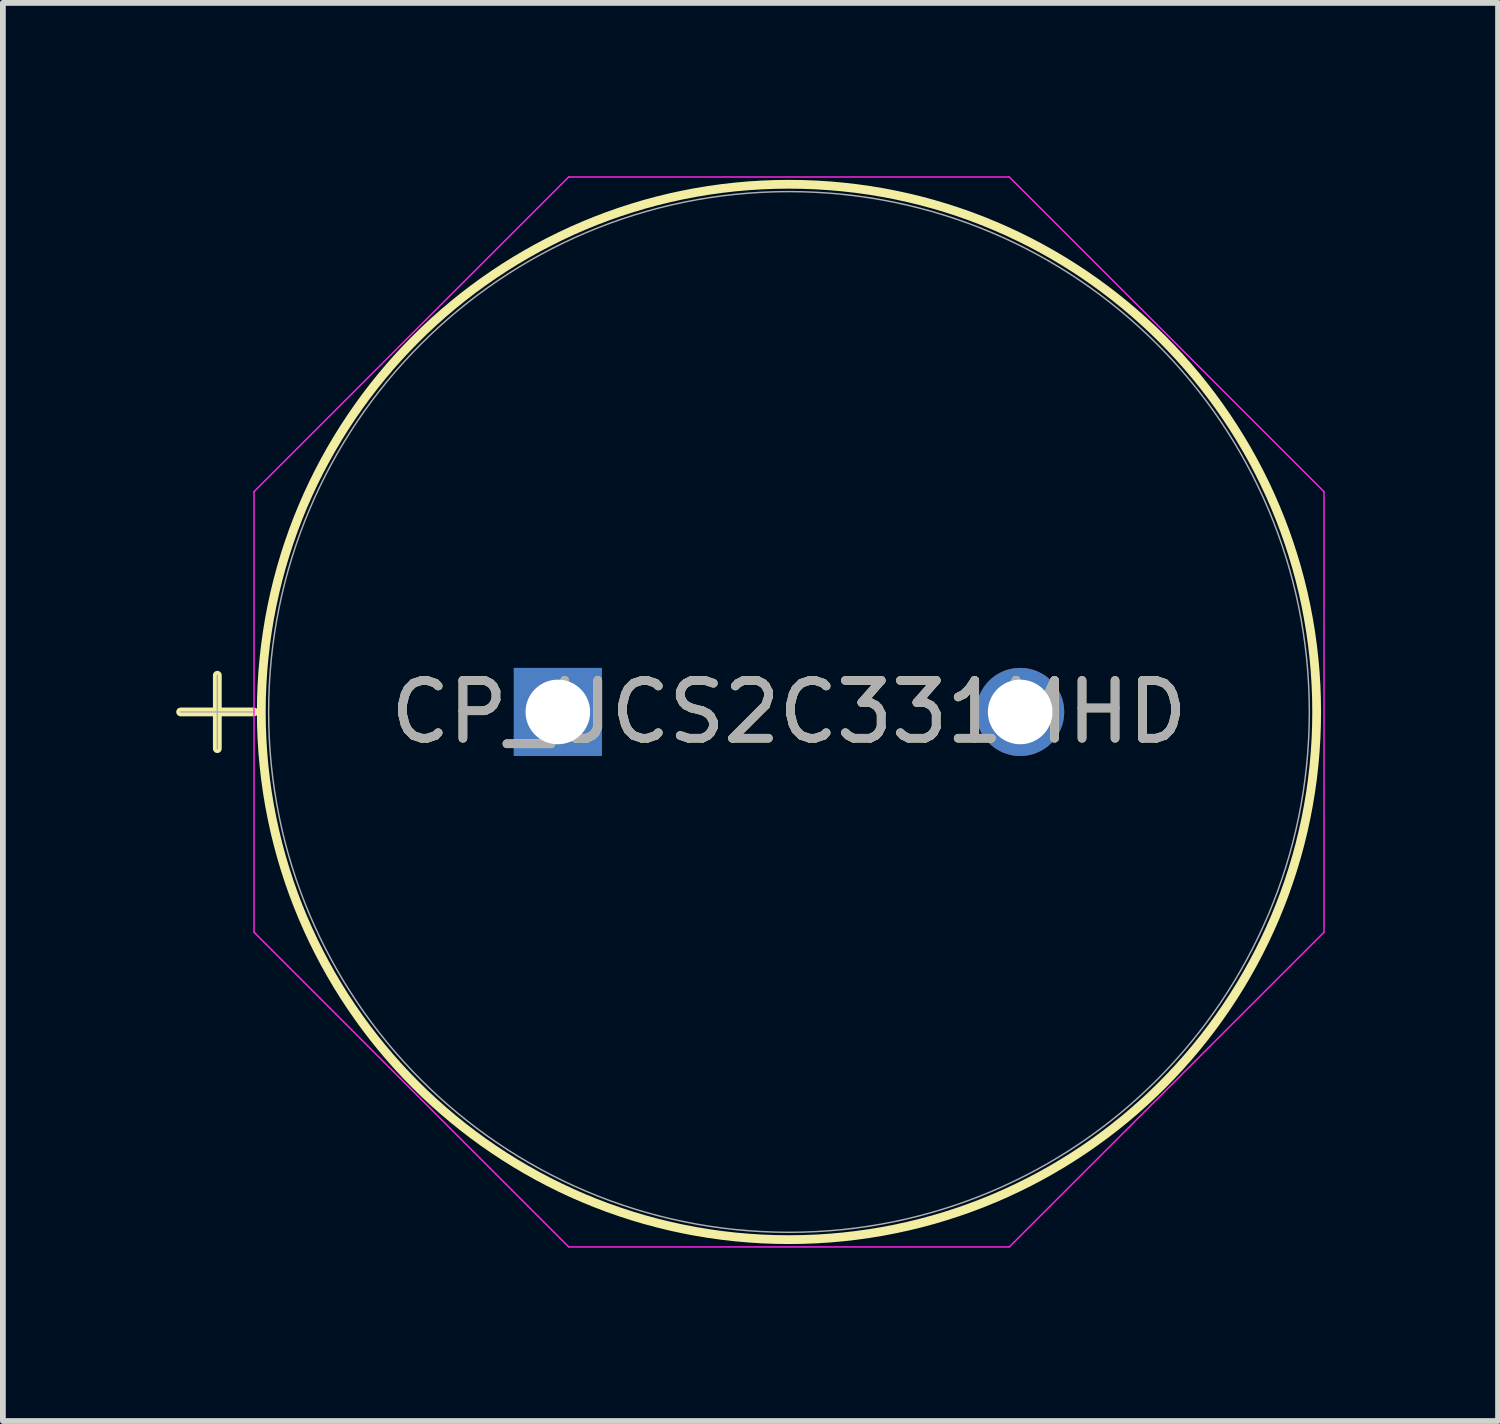
<source format=kicad_pcb>
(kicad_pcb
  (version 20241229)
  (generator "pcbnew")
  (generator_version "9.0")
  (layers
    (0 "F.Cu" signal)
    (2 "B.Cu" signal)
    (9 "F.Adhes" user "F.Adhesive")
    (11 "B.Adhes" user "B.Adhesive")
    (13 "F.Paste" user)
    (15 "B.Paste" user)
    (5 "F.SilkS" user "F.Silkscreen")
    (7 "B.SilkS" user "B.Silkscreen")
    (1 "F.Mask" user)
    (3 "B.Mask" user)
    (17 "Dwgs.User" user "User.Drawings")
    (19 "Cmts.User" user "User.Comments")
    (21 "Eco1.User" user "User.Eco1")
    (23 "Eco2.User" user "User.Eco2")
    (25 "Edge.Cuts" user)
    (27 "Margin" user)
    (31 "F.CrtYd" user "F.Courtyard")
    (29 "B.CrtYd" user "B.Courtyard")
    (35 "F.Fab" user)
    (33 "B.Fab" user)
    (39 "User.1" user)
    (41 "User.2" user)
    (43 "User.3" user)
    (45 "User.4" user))
  (footprint "CP_UCS2C331MHD"
    (layer "F.Cu")
    (at 6.604 9.271)
    (property "Reference" "CP_UCS2C331MHD" (at 4 0 0) (unlocked yes) (layer "F.SilkS") (effects (font (size 1 1) (thickness 0.15))))
    (attr through_hole)
    (fp_line (start -6.528 0) (end -5.258 0) (stroke (width 0.152) (type solid)) (layer "F.SilkS"))
    (fp_line (start -5.893 -0.635) (end -5.893 0.635) (stroke (width 0.152) (type solid)) (layer "F.SilkS"))
    (fp_circle (center 4 0) (end 13.132 0) (stroke (width 0.152) (type solid)) (fill no) (layer "F.SilkS"))
    (fp_line (start -5.258 -3.812) (end 0.188 -9.258) (stroke (width 0.025) (type solid)) (layer "F.CrtYd"))
    (fp_line (start -5.258 3.812) (end -5.258 -3.812) (stroke (width 0.025) (type solid)) (layer "F.CrtYd"))
    (fp_line (start 0.188 -9.258) (end 7.813 -9.258) (stroke (width 0.025) (type solid)) (layer "F.CrtYd"))
    (fp_line (start 0.188 9.258) (end -5.258 3.812) (stroke (width 0.025) (type solid)) (layer "F.CrtYd"))
    (fp_line (start 7.813 -9.258) (end 13.259 -3.812) (stroke (width 0.025) (type solid)) (layer "F.CrtYd"))
    (fp_line (start 7.813 9.258) (end 0.188 9.258) (stroke (width 0.025) (type solid)) (layer "F.CrtYd"))
    (fp_line (start 13.259 -3.812) (end 13.259 3.812) (stroke (width 0.025) (type solid)) (layer "F.CrtYd"))
    (fp_line (start 13.259 3.812) (end 7.813 9.258) (stroke (width 0.025) (type solid)) (layer "F.CrtYd"))
    (fp_line (start -6.528 0) (end -5.258 0) (stroke (width 0.025) (type solid)) (layer "F.Fab"))
    (fp_line (start -5.893 -0.635) (end -5.893 0.635) (stroke (width 0.025) (type solid)) (layer "F.Fab"))
    (fp_circle (center 4 0) (end 13.005 0) (stroke (width 0.025) (type solid)) (fill no) (layer "F.Fab"))
    (fp_text user "${REFERENCE}" (at 4 0 0) (unlocked yes) (layer "F.Fab") (effects (font (size 1 1) (thickness 0.15))))
    (pad "1" thru_hole rect (at 0 0) (size 1.524 1.524) (drill 1.118) (layers "*.Cu" "*.Mask"))
    (pad "2" thru_hole circle (at 8.001 0) (size 1.524 1.524) (drill 1.118) (layers "*.Cu" "*.Mask")))
  (gr_rect
    (start -3 -3)
    (end 22.875 21.542)
    (stroke (width 0.1) (type default))
    (fill no)
    (layer "Edge.Cuts")))
</source>
